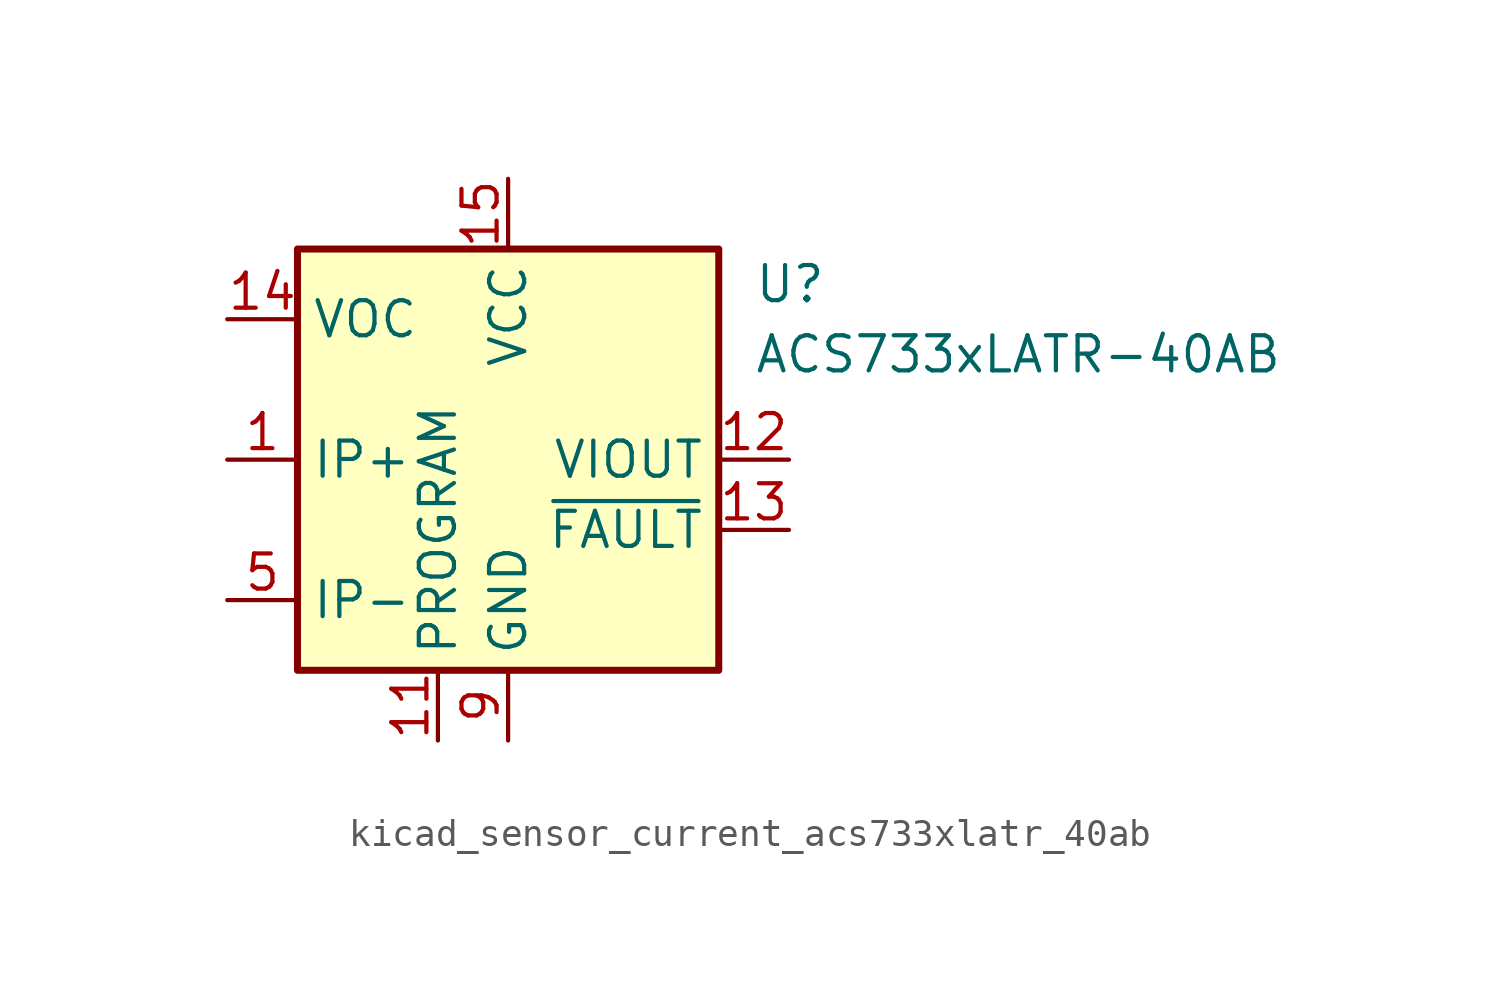
<source format=kicad_sym>
(kicad_symbol_lib
  (version 20220914)
  (generator kicad_symbol_editor)
  (symbol "kicad_sensor_current_acs733xlatr_40ab"
    (property "Reference" "U"
      (at 8.89 6.35 0)
      (effects (font (size 1.27 1.27)) (justify left)))
    (property "Value" "ACS733xLATR-40AB"
      (at 8.89 3.81 0)
      (effects (font (size 1.27 1.27)) (justify left)))
    (symbol "kicad_sensor_current_acs733xlatr_40ab_0_1"
      (rectangle (start -7.62 7.62) (end 7.62 -7.62) (stroke (width 0.254) (type default)) (fill (type background))))
    (symbol "kicad_sensor_current_acs733xlatr_40ab_1_1"
      (pin passive line (at -10.16 0 0) (length 2.54) (name "IP+" (effects (font (size 1.27 1.27)))) (number "1" (effects (font (size 1.27 1.27)))))
      (pin passive line (at 0 -10.16 90) (length 2.54) hide (name "GND" (effects (font (size 1.27 1.27)))) (number "10" (effects (font (size 1.27 1.27)))))
      (pin passive line (at -2.54 -10.16 90) (length 2.54) (name "PROGRAM" (effects (font (size 1.27 1.27)))) (number "11" (effects (font (size 1.27 1.27)))))
      (pin output line (at 10.16 0 180) (length 2.54) (name "VIOUT" (effects (font (size 1.27 1.27)))) (number "12" (effects (font (size 1.27 1.27)))))
      (pin output line (at 10.16 -2.54 180) (length 2.54) (name "~{FAULT}" (effects (font (size 1.27 1.27)))) (number "13" (effects (font (size 1.27 1.27)))))
      (pin input line (at -10.16 5.08 0) (length 2.54) (name "VOC" (effects (font (size 1.27 1.27)))) (number "14" (effects (font (size 1.27 1.27)))))
      (pin power_in line (at 0 10.16 270) (length 2.54) (name "VCC" (effects (font (size 1.27 1.27)))) (number "15" (effects (font (size 1.27 1.27)))))
      (pin passive line (at 0 10.16 270) (length 2.54) hide (name "VCC" (effects (font (size 1.27 1.27)))) (number "16" (effects (font (size 1.27 1.27)))))
      (pin passive line (at -10.16 0 0) (length 2.54) hide (name "IP+" (effects (font (size 1.27 1.27)))) (number "2" (effects (font (size 1.27 1.27)))))
      (pin passive line (at -10.16 0 0) (length 2.54) hide (name "IP+" (effects (font (size 1.27 1.27)))) (number "3" (effects (font (size 1.27 1.27)))))
      (pin passive line (at -10.16 0 0) (length 2.54) hide (name "IP+" (effects (font (size 1.27 1.27)))) (number "4" (effects (font (size 1.27 1.27)))))
      (pin passive line (at -10.16 -5.08 0) (length 2.54) (name "IP-" (effects (font (size 1.27 1.27)))) (number "5" (effects (font (size 1.27 1.27)))))
      (pin passive line (at -10.16 -5.08 0) (length 2.54) hide (name "IP-" (effects (font (size 1.27 1.27)))) (number "6" (effects (font (size 1.27 1.27)))))
      (pin passive line (at -10.16 -5.08 0) (length 2.54) hide (name "IP-" (effects (font (size 1.27 1.27)))) (number "7" (effects (font (size 1.27 1.27)))))
      (pin passive line (at -10.16 -5.08 0) (length 2.54) hide (name "IP-" (effects (font (size 1.27 1.27)))) (number "8" (effects (font (size 1.27 1.27)))))
      (pin power_in line (at 0 -10.16 90) (length 2.54) (name "GND" (effects (font (size 1.27 1.27)))) (number "9" (effects (font (size 1.27 1.27))))))))
</source>
